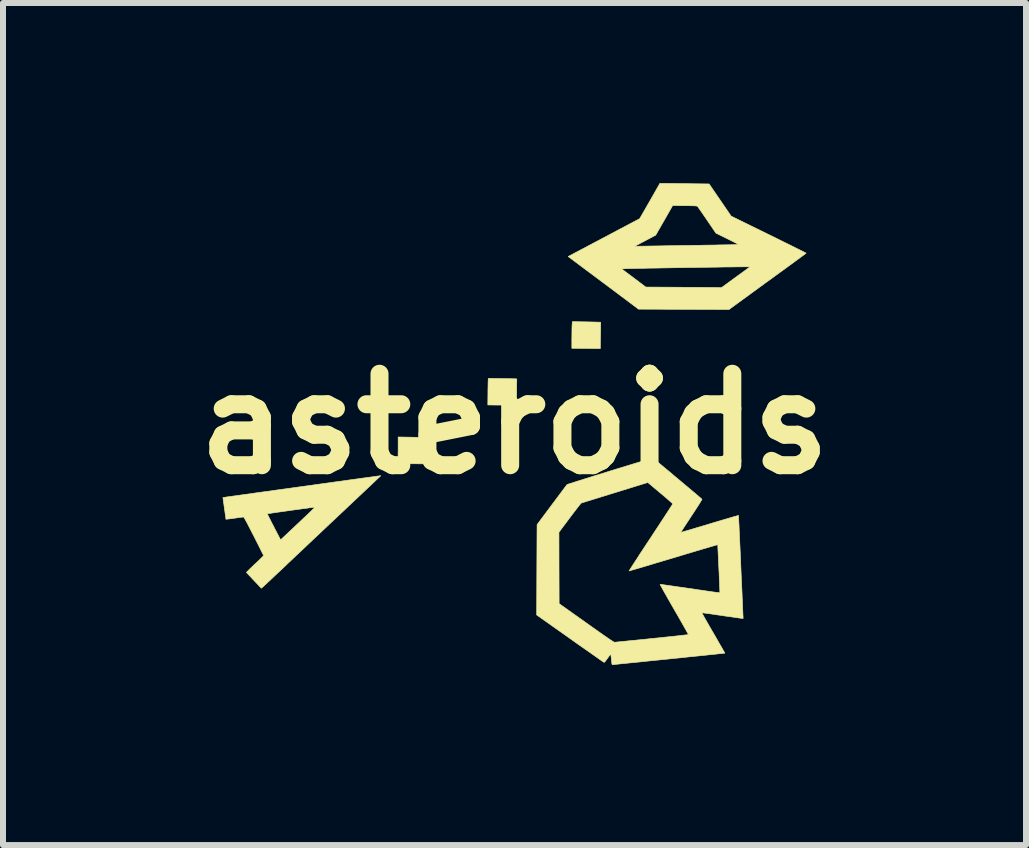
<source format=kicad_pcb>
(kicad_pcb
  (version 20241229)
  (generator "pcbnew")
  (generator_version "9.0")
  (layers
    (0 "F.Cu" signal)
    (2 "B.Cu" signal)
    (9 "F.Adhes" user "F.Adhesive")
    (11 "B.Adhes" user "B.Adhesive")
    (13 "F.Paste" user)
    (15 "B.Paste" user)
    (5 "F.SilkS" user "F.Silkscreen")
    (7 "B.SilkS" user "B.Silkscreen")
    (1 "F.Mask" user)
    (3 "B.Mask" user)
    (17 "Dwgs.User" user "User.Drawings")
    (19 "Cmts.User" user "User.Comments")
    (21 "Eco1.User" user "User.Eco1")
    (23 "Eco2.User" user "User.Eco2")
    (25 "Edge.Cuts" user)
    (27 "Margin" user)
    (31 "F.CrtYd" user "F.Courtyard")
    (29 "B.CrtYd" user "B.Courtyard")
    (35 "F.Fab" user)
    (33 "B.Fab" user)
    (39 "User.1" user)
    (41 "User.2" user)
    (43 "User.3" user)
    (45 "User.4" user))
  (footprint "asteroids"
    (layer "F.Cu")
    (at 5.523 4.012)
    (property "Reference" "asteroids" (at 0 0 0) (layer "F.SilkS") (effects (font (size 1.524 1.524) (thickness 0.3))))
    (attr through_hole)
    (fp_poly (pts (xy -1.7 0.223) (xy -1.65 0.224) (xy -1.603 0.225) (xy -1.561 0.226) (xy -1.525 0.227) (xy -1.496 0.227) (xy -1.475 0.228) (xy -1.463 0.228) (xy -1.46 0.228) (xy -1.46 0.234) (xy -1.461 0.249) (xy -1.461 0.273) (xy -1.461 0.305) (xy -1.462 0.343) (xy -1.462 0.386) (xy -1.463 0.433) (xy -1.463 0.447) (xy -1.466 0.666) (xy -1.544 0.666) (xy -1.57 0.666) (xy -1.605 0.666) (xy -1.647 0.665) (xy -1.692 0.665) (xy -1.739 0.665) (xy -1.783 0.664) (xy -1.946 0.663) (xy -1.942 0.592) (xy -1.941 0.567) (xy -1.94 0.533) (xy -1.94 0.493) (xy -1.939 0.449) (xy -1.939 0.404) (xy -1.939 0.371) (xy -1.939 0.219) (xy -1.7 0.223)) (stroke (width 0.01) (type solid)) (fill yes) (layer "F.SilkS"))
    (fp_poly (pts (xy 1.198 -1.699) (xy 1.248 -1.698) (xy 1.294 -1.697) (xy 1.336 -1.696) (xy 1.372 -1.695) (xy 1.4 -1.694) (xy 1.421 -1.694) (xy 1.433 -1.693) (xy 1.435 -1.693) (xy 1.435 -1.687) (xy 1.435 -1.672) (xy 1.435 -1.648) (xy 1.435 -1.616) (xy 1.434 -1.578) (xy 1.434 -1.535) (xy 1.433 -1.488) (xy 1.432 -1.473) (xy 1.429 -1.254) (xy 1.348 -1.255) (xy 1.32 -1.255) (xy 1.284 -1.256) (xy 1.241 -1.256) (xy 1.195 -1.257) (xy 1.148 -1.257) (xy 1.111 -1.258) (xy 0.955 -1.259) (xy 0.955 -1.418) (xy 0.956 -1.463) (xy 0.956 -1.507) (xy 0.957 -1.55) (xy 0.957 -1.587) (xy 0.958 -1.619) (xy 0.959 -1.64) (xy 0.963 -1.703) (xy 1.198 -1.699)) (stroke (width 0.01) (type solid)) (fill yes) (layer "F.SilkS"))
    (fp_poly (pts (xy -0.2 -0.754) (xy -0.15 -0.753) (xy -0.104 -0.753) (xy -0.062 -0.752) (xy -0.026 -0.751) (xy 0.003 -0.75) (xy 0.023 -0.75) (xy 0.035 -0.749) (xy 0.037 -0.749) (xy 0.037 -0.744) (xy 0.037 -0.728) (xy 0.037 -0.704) (xy 0.036 -0.673) (xy 0.036 -0.635) (xy 0.035 -0.592) (xy 0.035 -0.545) (xy 0.035 -0.529) (xy 0.031 -0.309) (xy -0.041 -0.311) (xy -0.066 -0.311) (xy -0.099 -0.311) (xy -0.14 -0.312) (xy -0.184 -0.312) (xy -0.231 -0.313) (xy -0.277 -0.313) (xy -0.279 -0.313) (xy -0.445 -0.315) (xy -0.443 -0.512) (xy -0.443 -0.559) (xy -0.442 -0.603) (xy -0.441 -0.643) (xy -0.441 -0.678) (xy -0.44 -0.706) (xy -0.439 -0.725) (xy -0.439 -0.734) (xy -0.435 -0.758) (xy -0.2 -0.754)) (stroke (width 0.01) (type solid)) (fill yes) (layer "F.SilkS"))
    (fp_poly (pts (xy -2.232 0.867) (xy -2.243 0.878) (xy -2.262 0.896) (xy -2.288 0.92) (xy -2.32 0.951) (xy -2.358 0.987) (xy -2.401 1.028) (xy -2.45 1.074) (xy -2.504 1.125) (xy -2.562 1.18) (xy -2.624 1.238) (xy -2.69 1.3) (xy -2.759 1.365) (xy -2.83 1.433) (xy -2.904 1.502) (xy -2.939 1.535) (xy -3.016 1.608) (xy -3.092 1.679) (xy -3.166 1.749) (xy -3.238 1.817) (xy -3.307 1.882) (xy -3.373 1.944) (xy -3.436 2.004) (xy -3.494 2.059) (xy -3.548 2.11) (xy -3.597 2.156) (xy -3.641 2.197) (xy -3.678 2.233) (xy -3.709 2.262) (xy -3.733 2.285) (xy -3.75 2.301) (xy -3.753 2.303) (xy -3.781 2.33) (xy -3.814 2.362) (xy -3.85 2.396) (xy -3.889 2.433) (xy -3.93 2.471) (xy -3.971 2.509) (xy -4.011 2.547) (xy -4.05 2.584) (xy -4.086 2.618) (xy -4.119 2.648) (xy -4.147 2.675) (xy -4.17 2.696) (xy -4.186 2.711) (xy -4.192 2.716) (xy -4.219 2.739) (xy -4.342 2.609) (xy -4.372 2.577) (xy -4.399 2.548) (xy -4.423 2.523) (xy -4.443 2.502) (xy -4.457 2.486) (xy -4.465 2.477) (xy -4.467 2.475) (xy -4.463 2.47) (xy -4.452 2.459) (xy -4.435 2.442) (xy -4.413 2.42) (xy -4.386 2.394) (xy -4.356 2.365) (xy -4.325 2.336) (xy -4.291 2.305) (xy -4.261 2.276) (xy -4.234 2.25) (xy -4.212 2.228) (xy -4.195 2.211) (xy -4.184 2.2) (xy -4.181 2.196) (xy -4.183 2.19) (xy -4.19 2.175) (xy -4.202 2.152) (xy -4.217 2.122) (xy -4.235 2.085) (xy -4.256 2.043) (xy -4.28 1.996) (xy -4.306 1.945) (xy -4.333 1.891) (xy -4.362 1.835) (xy -4.391 1.778) (xy -4.421 1.72) (xy -4.447 1.669) (xy -4.465 1.635) (xy -4.482 1.605) (xy -4.496 1.58) (xy -4.506 1.563) (xy -4.513 1.553) (xy -4.515 1.552) (xy -4.523 1.553) (xy -4.539 1.555) (xy -4.564 1.558) (xy -4.595 1.562) (xy -4.631 1.567) (xy -4.664 1.572) (xy -4.703 1.577) (xy -4.737 1.582) (xy -4.766 1.585) (xy -4.789 1.588) (xy -4.803 1.589) (xy -4.807 1.59) (xy -4.809 1.584) (xy -4.811 1.569) (xy -4.814 1.546) (xy -4.818 1.517) (xy -4.821 1.498) (xy -4.118 1.498) (xy -4.117 1.504) (xy -4.111 1.518) (xy -4.101 1.538) (xy -4.089 1.563) (xy -4.074 1.591) (xy -4.058 1.624) (xy -4.038 1.663) (xy -4.015 1.706) (xy -3.993 1.75) (xy -3.971 1.792) (xy -3.963 1.807) (xy -3.898 1.933) (xy -3.852 1.89) (xy -3.84 1.879) (xy -3.82 1.86) (xy -3.794 1.836) (xy -3.763 1.806) (xy -3.727 1.773) (xy -3.688 1.736) (xy -3.646 1.696) (xy -3.601 1.654) (xy -3.563 1.618) (xy -3.52 1.577) (xy -3.479 1.539) (xy -3.442 1.503) (xy -3.408 1.471) (xy -3.379 1.443) (xy -3.356 1.42) (xy -3.338 1.403) (xy -3.327 1.392) (xy -3.324 1.388) (xy -3.324 1.388) (xy -3.33 1.388) (xy -3.346 1.39) (xy -3.371 1.393) (xy -3.403 1.397) (xy -3.442 1.403) (xy -3.487 1.409) (xy -3.536 1.415) (xy -3.589 1.423) (xy -3.645 1.43) (xy -3.702 1.438) (xy -3.759 1.446) (xy -3.815 1.454) (xy -3.87 1.462) (xy -3.922 1.469) (xy -3.97 1.476) (xy -4.013 1.482) (xy -4.05 1.488) (xy -4.08 1.492) (xy -4.102 1.495) (xy -4.115 1.498) (xy -4.118 1.498) (xy -4.821 1.498) (xy -4.823 1.484) (xy -4.828 1.447) (xy -4.834 1.409) (xy -4.839 1.37) (xy -4.844 1.333) (xy -4.849 1.3) (xy -4.853 1.271) (xy -4.856 1.248) (xy -4.858 1.233) (xy -4.858 1.228) (xy -4.853 1.227) (xy -4.837 1.225) (xy -4.811 1.221) (xy -4.777 1.216) (xy -4.734 1.21) (xy -4.683 1.203) (xy -4.624 1.195) (xy -4.56 1.186) (xy -4.489 1.176) (xy -4.412 1.166) (xy -4.331 1.154) (xy -4.246 1.142) (xy -4.157 1.13) (xy -4.073 1.119) (xy -3.97 1.104) (xy -3.861 1.089) (xy -3.75 1.074) (xy -3.637 1.058) (xy -3.523 1.042) (xy -3.41 1.027) (xy -3.298 1.011) (xy -3.191 0.996) (xy -3.087 0.982) (xy -2.99 0.968) (xy -2.9 0.956) (xy -2.819 0.945) (xy -2.759 0.936) (xy -2.684 0.926) (xy -2.612 0.916) (xy -2.543 0.906) (xy -2.48 0.898) (xy -2.422 0.89) (xy -2.37 0.883) (xy -2.325 0.877) (xy -2.288 0.871) (xy -2.259 0.868) (xy -2.239 0.865) (xy -2.229 0.864) (xy -2.228 0.864) (xy -2.232 0.867)) (stroke (width 0.01) (type solid)) (fill yes) (layer "F.SilkS"))
    (fp_poly (pts (xy 2.51 -4.006) (xy 2.533 -4.006) (xy 2.565 -4.006) (xy 2.605 -4.005) (xy 2.652 -4.005) (xy 2.705 -4.004) (xy 2.762 -4.003) (xy 2.822 -4.003) (xy 2.883 -4.002) (xy 2.92 -4.001) (xy 3.242 -3.997) (xy 3.609 -3.461) (xy 4.235 -3.154) (xy 4.313 -3.116) (xy 4.388 -3.079) (xy 4.459 -3.043) (xy 4.527 -3.01) (xy 4.59 -2.979) (xy 4.648 -2.95) (xy 4.7 -2.924) (xy 4.746 -2.901) (xy 4.785 -2.882) (xy 4.816 -2.866) (xy 4.839 -2.854) (xy 4.854 -2.846) (xy 4.859 -2.843) (xy 4.859 -2.843) (xy 4.854 -2.84) (xy 4.841 -2.83) (xy 4.82 -2.814) (xy 4.792 -2.794) (xy 4.757 -2.768) (xy 4.715 -2.737) (xy 4.667 -2.702) (xy 4.614 -2.663) (xy 4.556 -2.621) (xy 4.494 -2.575) (xy 4.427 -2.527) (xy 4.357 -2.476) (xy 4.285 -2.423) (xy 4.215 -2.373) (xy 3.573 -1.905) (xy 3.213 -1.907) (xy 3.14 -1.907) (xy 3.058 -1.907) (xy 2.97 -1.908) (xy 2.878 -1.908) (xy 2.784 -1.908) (xy 2.691 -1.909) (xy 2.602 -1.909) (xy 2.518 -1.909) (xy 2.459 -1.91) (xy 2.066 -1.911) (xy 1.48 -2.35) (xy 1.169 -2.582) (xy 1.784 -2.582) (xy 1.986 -2.431) (xy 2.187 -2.279) (xy 2.746 -2.276) (xy 2.826 -2.275) (xy 2.903 -2.275) (xy 2.978 -2.274) (xy 3.049 -2.274) (xy 3.115 -2.273) (xy 3.176 -2.273) (xy 3.231 -2.272) (xy 3.279 -2.272) (xy 3.319 -2.272) (xy 3.349 -2.271) (xy 3.37 -2.271) (xy 3.377 -2.271) (xy 3.449 -2.27) (xy 3.686 -2.443) (xy 3.923 -2.615) (xy 3.874 -2.617) (xy 3.862 -2.617) (xy 3.84 -2.617) (xy 3.808 -2.617) (xy 3.767 -2.616) (xy 3.718 -2.616) (xy 3.661 -2.615) (xy 3.598 -2.614) (xy 3.529 -2.614) (xy 3.454 -2.613) (xy 3.374 -2.611) (xy 3.29 -2.61) (xy 3.204 -2.609) (xy 3.114 -2.608) (xy 3.023 -2.606) (xy 2.93 -2.605) (xy 2.837 -2.604) (xy 2.745 -2.602) (xy 2.653 -2.601) (xy 2.563 -2.599) (xy 2.475 -2.598) (xy 2.391 -2.596) (xy 2.31 -2.595) (xy 2.233 -2.594) (xy 2.162 -2.592) (xy 2.097 -2.591) (xy 2.038 -2.59) (xy 1.986 -2.589) (xy 1.943 -2.588) (xy 1.908 -2.587) (xy 1.883 -2.587) (xy 1.868 -2.586) (xy 1.784 -2.582) (xy 1.169 -2.582) (xy 0.894 -2.788) (xy 0.912 -2.798) (xy 0.92 -2.802) (xy 0.936 -2.81) (xy 0.961 -2.823) (xy 0.993 -2.841) (xy 1.033 -2.862) (xy 1.079 -2.886) (xy 1.13 -2.913) (xy 1.186 -2.942) (xy 1.22 -2.961) (xy 2.009 -2.961) (xy 2.011 -2.959) (xy 2.022 -2.958) (xy 2.034 -2.958) (xy 2.042 -2.959) (xy 2.062 -2.959) (xy 2.091 -2.96) (xy 2.129 -2.96) (xy 2.175 -2.961) (xy 2.23 -2.962) (xy 2.292 -2.963) (xy 2.36 -2.964) (xy 2.435 -2.965) (xy 2.515 -2.967) (xy 2.599 -2.968) (xy 2.688 -2.969) (xy 2.78 -2.971) (xy 2.876 -2.972) (xy 2.898 -2.972) (xy 2.993 -2.974) (xy 3.085 -2.975) (xy 3.174 -2.977) (xy 3.258 -2.978) (xy 3.337 -2.979) (xy 3.411 -2.981) (xy 3.479 -2.982) (xy 3.54 -2.983) (xy 3.594 -2.984) (xy 3.64 -2.985) (xy 3.677 -2.986) (xy 3.706 -2.987) (xy 3.724 -2.987) (xy 3.733 -2.988) (xy 3.733 -2.988) (xy 3.729 -2.991) (xy 3.715 -2.998) (xy 3.694 -3.009) (xy 3.665 -3.024) (xy 3.632 -3.041) (xy 3.594 -3.06) (xy 3.552 -3.081) (xy 3.544 -3.085) (xy 3.355 -3.178) (xy 3.205 -3.399) (xy 3.175 -3.443) (xy 3.146 -3.485) (xy 3.12 -3.523) (xy 3.097 -3.556) (xy 3.077 -3.584) (xy 3.062 -3.606) (xy 3.052 -3.62) (xy 3.047 -3.626) (xy 3.047 -3.627) (xy 3.041 -3.628) (xy 3.028 -3.63) (xy 3.006 -3.632) (xy 2.975 -3.633) (xy 2.934 -3.634) (xy 2.884 -3.635) (xy 2.838 -3.635) (xy 2.635 -3.638) (xy 2.494 -3.391) (xy 2.352 -3.144) (xy 2.183 -3.054) (xy 2.143 -3.033) (xy 2.106 -3.014) (xy 2.074 -2.996) (xy 2.046 -2.982) (xy 2.026 -2.97) (xy 2.013 -2.963) (xy 2.009 -2.961) (xy 1.22 -2.961) (xy 1.246 -2.974) (xy 1.309 -3.008) (xy 1.376 -3.043) (xy 1.395 -3.053) (xy 1.464 -3.09) (xy 1.533 -3.126) (xy 1.6 -3.162) (xy 1.665 -3.196) (xy 1.726 -3.229) (xy 1.783 -3.259) (xy 1.835 -3.286) (xy 1.88 -3.31) (xy 1.919 -3.331) (xy 1.95 -3.347) (xy 1.971 -3.358) (xy 1.972 -3.359) (xy 2.085 -3.418) (xy 2.254 -3.712) (xy 2.422 -4.007) (xy 2.51 -4.006)) (stroke (width 0.01) (type solid)) (fill yes) (layer "F.SilkS"))
    (fp_poly (pts (xy 2.31 0.575) (xy 2.323 0.585) (xy 2.343 0.601) (xy 2.37 0.623) (xy 2.401 0.649) (xy 2.438 0.68) (xy 2.479 0.714) (xy 2.523 0.751) (xy 2.571 0.79) (xy 2.62 0.831) (xy 2.67 0.874) (xy 2.721 0.916) (xy 2.772 0.959) (xy 2.822 1.001) (xy 2.871 1.042) (xy 2.917 1.081) (xy 2.961 1.118) (xy 3.001 1.151) (xy 3.036 1.181) (xy 3.066 1.207) (xy 3.091 1.228) (xy 3.109 1.243) (xy 3.12 1.253) (xy 3.122 1.255) (xy 3.121 1.261) (xy 3.113 1.276) (xy 3.099 1.299) (xy 3.08 1.331) (xy 3.054 1.372) (xy 3.022 1.421) (xy 2.984 1.48) (xy 2.947 1.535) (xy 2.915 1.585) (xy 2.884 1.631) (xy 2.856 1.674) (xy 2.831 1.712) (xy 2.81 1.745) (xy 2.792 1.773) (xy 2.779 1.793) (xy 2.771 1.806) (xy 2.769 1.81) (xy 2.774 1.808) (xy 2.789 1.804) (xy 2.814 1.797) (xy 2.846 1.787) (xy 2.887 1.776) (xy 2.934 1.762) (xy 2.987 1.746) (xy 3.045 1.728) (xy 3.108 1.71) (xy 3.175 1.69) (xy 3.245 1.669) (xy 3.25 1.667) (xy 3.32 1.646) (xy 3.387 1.626) (xy 3.451 1.607) (xy 3.509 1.59) (xy 3.563 1.574) (xy 3.611 1.56) (xy 3.651 1.548) (xy 3.684 1.539) (xy 3.709 1.532) (xy 3.725 1.527) (xy 3.731 1.526) (xy 3.731 1.526) (xy 3.732 1.532) (xy 3.733 1.548) (xy 3.734 1.574) (xy 3.736 1.609) (xy 3.738 1.653) (xy 3.741 1.704) (xy 3.743 1.763) (xy 3.746 1.829) (xy 3.75 1.901) (xy 3.753 1.979) (xy 3.757 2.061) (xy 3.761 2.148) (xy 3.765 2.239) (xy 3.769 2.332) (xy 3.769 2.342) (xy 3.773 2.437) (xy 3.777 2.529) (xy 3.781 2.618) (xy 3.785 2.703) (xy 3.789 2.784) (xy 3.792 2.859) (xy 3.795 2.929) (xy 3.798 2.992) (xy 3.8 3.048) (xy 3.802 3.096) (xy 3.804 3.136) (xy 3.805 3.167) (xy 3.806 3.188) (xy 3.807 3.199) (xy 3.807 3.199) (xy 3.809 3.242) (xy 3.795 3.242) (xy 3.787 3.241) (xy 3.769 3.239) (xy 3.742 3.235) (xy 3.707 3.23) (xy 3.666 3.224) (xy 3.618 3.217) (xy 3.566 3.21) (xy 3.509 3.202) (xy 3.452 3.193) (xy 3.393 3.185) (xy 3.337 3.177) (xy 3.286 3.169) (xy 3.24 3.163) (xy 3.2 3.158) (xy 3.168 3.153) (xy 3.143 3.15) (xy 3.127 3.149) (xy 3.122 3.149) (xy 3.122 3.149) (xy 3.124 3.154) (xy 3.131 3.168) (xy 3.144 3.19) (xy 3.16 3.22) (xy 3.18 3.255) (xy 3.204 3.297) (xy 3.23 3.343) (xy 3.259 3.393) (xy 3.29 3.447) (xy 3.313 3.486) (xy 3.345 3.541) (xy 3.375 3.594) (xy 3.403 3.643) (xy 3.429 3.688) (xy 3.452 3.727) (xy 3.471 3.761) (xy 3.486 3.787) (xy 3.497 3.807) (xy 3.504 3.818) (xy 3.505 3.82) (xy 3.501 3.821) (xy 3.489 3.822) (xy 3.469 3.824) (xy 3.441 3.828) (xy 3.405 3.831) (xy 3.36 3.836) (xy 3.307 3.842) (xy 3.244 3.848) (xy 3.173 3.856) (xy 3.092 3.864) (xy 3.002 3.873) (xy 2.903 3.883) (xy 2.794 3.895) (xy 2.675 3.907) (xy 2.546 3.92) (xy 2.407 3.934) (xy 2.257 3.949) (xy 2.097 3.966) (xy 1.926 3.983) (xy 1.828 3.993) (xy 1.786 3.997) (xy 1.746 4.001) (xy 1.711 4.005) (xy 1.682 4.008) (xy 1.66 4.011) (xy 1.647 4.012) (xy 1.645 4.012) (xy 1.632 4.013) (xy 1.626 4.01) (xy 1.623 3.999) (xy 1.622 3.994) (xy 1.62 3.981) (xy 1.618 3.959) (xy 1.615 3.933) (xy 1.612 3.904) (xy 1.612 3.904) (xy 1.609 3.878) (xy 1.606 3.856) (xy 1.604 3.842) (xy 1.601 3.836) (xy 1.601 3.836) (xy 1.597 3.841) (xy 1.587 3.854) (xy 1.574 3.872) (xy 1.558 3.895) (xy 1.548 3.908) (xy 1.531 3.932) (xy 1.516 3.952) (xy 1.503 3.966) (xy 1.495 3.974) (xy 1.493 3.975) (xy 1.488 3.972) (xy 1.474 3.963) (xy 1.452 3.948) (xy 1.423 3.928) (xy 1.388 3.903) (xy 1.346 3.873) (xy 1.298 3.84) (xy 1.245 3.802) (xy 1.187 3.762) (xy 1.126 3.719) (xy 1.06 3.673) (xy 0.992 3.625) (xy 0.928 3.579) (xy 0.369 3.184) (xy 0.372 2.432) (xy 0.375 1.806) (xy 0.74 1.806) (xy 0.741 2.401) (xy 0.743 2.996) (xy 1.196 3.317) (xy 1.273 3.372) (xy 1.342 3.421) (xy 1.403 3.464) (xy 1.457 3.502) (xy 1.503 3.534) (xy 1.542 3.561) (xy 1.575 3.584) (xy 1.602 3.602) (xy 1.624 3.616) (xy 1.641 3.627) (xy 1.653 3.634) (xy 1.661 3.638) (xy 1.665 3.639) (xy 1.673 3.638) (xy 1.691 3.637) (xy 1.718 3.634) (xy 1.754 3.631) (xy 1.799 3.626) (xy 1.85 3.621) (xy 1.909 3.615) (xy 1.973 3.609) (xy 2.042 3.602) (xy 2.116 3.595) (xy 2.194 3.587) (xy 2.274 3.578) (xy 2.288 3.577) (xy 2.368 3.569) (xy 2.446 3.561) (xy 2.52 3.553) (xy 2.589 3.546) (xy 2.653 3.539) (xy 2.711 3.533) (xy 2.763 3.527) (xy 2.807 3.522) (xy 2.843 3.518) (xy 2.871 3.515) (xy 2.889 3.513) (xy 2.897 3.512) (xy 2.897 3.511) (xy 2.895 3.506) (xy 2.888 3.492) (xy 2.875 3.47) (xy 2.859 3.44) (xy 2.838 3.404) (xy 2.814 3.361) (xy 2.787 3.313) (xy 2.757 3.261) (xy 2.725 3.204) (xy 2.69 3.144) (xy 2.66 3.092) (xy 2.62 3.023) (xy 2.583 2.958) (xy 2.549 2.899) (xy 2.519 2.845) (xy 2.492 2.798) (xy 2.47 2.758) (xy 2.452 2.725) (xy 2.438 2.7) (xy 2.43 2.683) (xy 2.426 2.675) (xy 2.426 2.674) (xy 2.433 2.675) (xy 2.449 2.677) (xy 2.475 2.68) (xy 2.509 2.685) (xy 2.552 2.691) (xy 2.601 2.698) (xy 2.656 2.706) (xy 2.717 2.715) (xy 2.783 2.724) (xy 2.852 2.734) (xy 2.925 2.745) (xy 2.927 2.745) (xy 2.999 2.755) (xy 3.068 2.766) (xy 3.134 2.775) (xy 3.194 2.784) (xy 3.249 2.792) (xy 3.298 2.799) (xy 3.34 2.805) (xy 3.374 2.809) (xy 3.399 2.813) (xy 3.415 2.815) (xy 3.421 2.815) (xy 3.421 2.815) (xy 3.421 2.81) (xy 3.421 2.794) (xy 3.42 2.769) (xy 3.419 2.737) (xy 3.417 2.698) (xy 3.416 2.653) (xy 3.413 2.603) (xy 3.411 2.55) (xy 3.409 2.494) (xy 3.406 2.437) (xy 3.403 2.379) (xy 3.401 2.322) (xy 3.398 2.267) (xy 3.396 2.214) (xy 3.393 2.166) (xy 3.391 2.122) (xy 3.389 2.084) (xy 3.388 2.053) (xy 3.387 2.031) (xy 3.386 2.017) (xy 3.385 2.014) (xy 3.38 2.015) (xy 3.364 2.019) (xy 3.339 2.026) (xy 3.306 2.036) (xy 3.264 2.048) (xy 3.215 2.063) (xy 3.158 2.079) (xy 3.096 2.098) (xy 3.027 2.118) (xy 2.954 2.14) (xy 2.876 2.163) (xy 2.794 2.188) (xy 2.709 2.214) (xy 2.648 2.232) (xy 2.561 2.258) (xy 2.476 2.283) (xy 2.396 2.307) (xy 2.319 2.33) (xy 2.247 2.352) (xy 2.18 2.372) (xy 2.119 2.39) (xy 2.065 2.406) (xy 2.017 2.42) (xy 1.978 2.431) (xy 1.947 2.44) (xy 1.925 2.447) (xy 1.912 2.45) (xy 1.909 2.451) (xy 1.912 2.446) (xy 1.92 2.433) (xy 1.933 2.411) (xy 1.952 2.382) (xy 1.975 2.346) (xy 2.002 2.304) (xy 2.034 2.256) (xy 2.068 2.202) (xy 2.106 2.144) (xy 2.147 2.082) (xy 2.19 2.016) (xy 2.236 1.947) (xy 2.271 1.894) (xy 2.317 1.823) (xy 2.362 1.755) (xy 2.405 1.69) (xy 2.445 1.628) (xy 2.483 1.571) (xy 2.517 1.518) (xy 2.548 1.471) (xy 2.575 1.43) (xy 2.597 1.395) (xy 2.615 1.368) (xy 2.628 1.348) (xy 2.635 1.336) (xy 2.637 1.333) (xy 2.633 1.328) (xy 2.621 1.317) (xy 2.602 1.3) (xy 2.578 1.279) (xy 2.548 1.253) (xy 2.514 1.223) (xy 2.476 1.191) (xy 2.435 1.157) (xy 2.429 1.152) (xy 2.221 0.977) (xy 1.674 1.146) (xy 1.599 1.169) (xy 1.526 1.192) (xy 1.457 1.213) (xy 1.393 1.233) (xy 1.333 1.251) (xy 1.279 1.268) (xy 1.231 1.283) (xy 1.19 1.295) (xy 1.158 1.306) (xy 1.134 1.313) (xy 1.119 1.318) (xy 1.114 1.32) (xy 1.107 1.325) (xy 1.094 1.34) (xy 1.075 1.363) (xy 1.051 1.394) (xy 1.02 1.434) (xy 0.984 1.481) (xy 0.943 1.535) (xy 0.92 1.566) (xy 0.74 1.806) (xy 0.375 1.806) (xy 0.376 1.679) (xy 0.622 1.349) (xy 0.662 1.296) (xy 0.7 1.245) (xy 0.736 1.197) (xy 0.769 1.153) (xy 0.798 1.114) (xy 0.823 1.08) (xy 0.844 1.053) (xy 0.86 1.031) (xy 0.87 1.018) (xy 0.875 1.012) (xy 0.875 1.012) (xy 0.881 1.01) (xy 0.896 1.004) (xy 0.921 0.996) (xy 0.954 0.986) (xy 0.995 0.973) (xy 1.043 0.957) (xy 1.096 0.941) (xy 1.155 0.922) (xy 1.219 0.902) (xy 1.286 0.881) (xy 1.356 0.859) (xy 1.429 0.837) (xy 1.504 0.814) (xy 1.579 0.79) (xy 1.654 0.767) (xy 1.729 0.744) (xy 1.802 0.722) (xy 1.873 0.7) (xy 1.942 0.679) (xy 2.007 0.659) (xy 2.067 0.641) (xy 2.122 0.624) (xy 2.171 0.609) (xy 2.214 0.597) (xy 2.25 0.586) (xy 2.277 0.578) (xy 2.296 0.573) (xy 2.305 0.571) (xy 2.305 0.571) (xy 2.31 0.575)) (stroke (width 0.01) (type solid)) (fill yes) (layer "F.SilkS")))
  (gr_rect
    (start -3 -3)
    (end 14.045 11.03)
    (stroke (width 0.1) (type default))
    (fill no)
    (layer "Edge.Cuts")))
</source>
